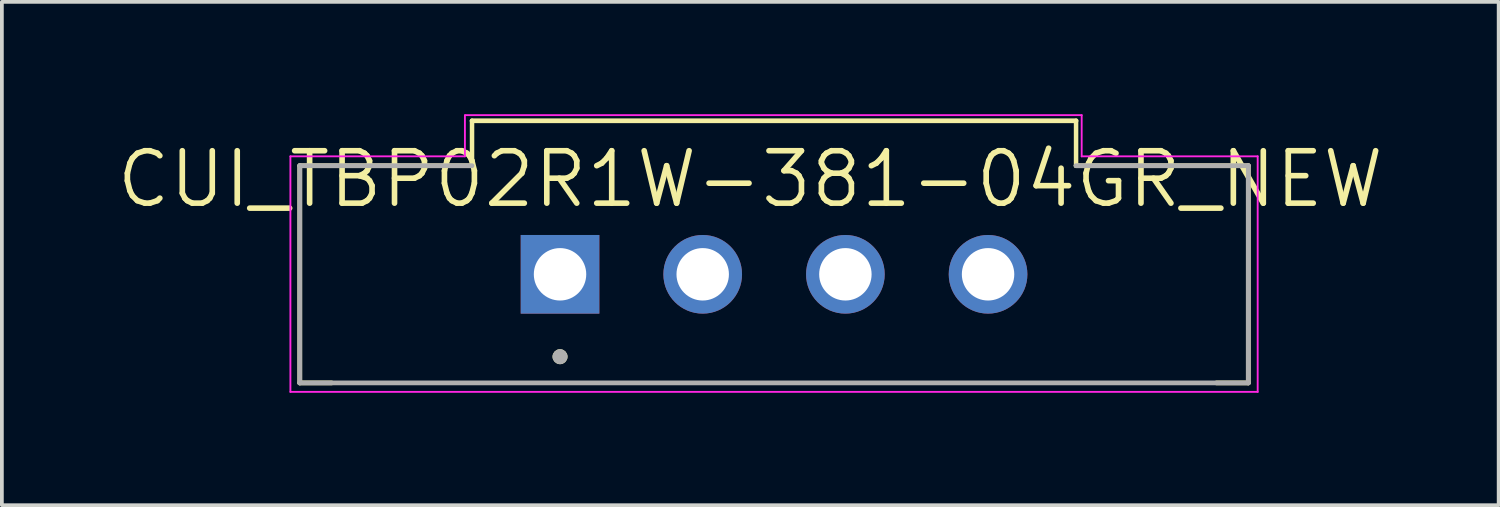
<source format=kicad_pcb>
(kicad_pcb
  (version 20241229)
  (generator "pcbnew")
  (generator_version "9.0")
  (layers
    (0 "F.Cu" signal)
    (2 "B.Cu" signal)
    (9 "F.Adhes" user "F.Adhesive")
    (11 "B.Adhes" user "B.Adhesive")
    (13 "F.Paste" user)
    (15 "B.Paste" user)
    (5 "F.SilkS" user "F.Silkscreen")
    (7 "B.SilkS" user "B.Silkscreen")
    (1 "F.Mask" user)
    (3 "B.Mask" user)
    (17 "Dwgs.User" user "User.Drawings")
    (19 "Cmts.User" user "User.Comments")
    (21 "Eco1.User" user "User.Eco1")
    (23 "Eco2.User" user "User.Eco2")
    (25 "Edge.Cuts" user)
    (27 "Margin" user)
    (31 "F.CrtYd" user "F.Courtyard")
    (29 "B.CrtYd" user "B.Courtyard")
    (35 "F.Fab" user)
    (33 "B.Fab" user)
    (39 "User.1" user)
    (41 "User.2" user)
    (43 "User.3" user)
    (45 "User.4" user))
  (footprint "CUI_TBP02R1W-381-04GR_NEW"
    (layer "F.Cu")
    (at 11.905 4.275)
    (property "Reference" "CUI_TBP02R1W-381-04GR_NEW" (at 5.08 -2.54 0) (layer "F.SilkS") (effects (font (size 1.4 1.4) (thickness 0.15))))
    (attr through_hole)
    (fp_line (start -6.95 -2.9) (end -2.35 -2.9) (stroke (width 0.127) (type solid)) (layer "F.SilkS"))
    (fp_line (start -6.95 2.9) (end -6.95 -2.9) (stroke (width 0.127) (type solid)) (layer "F.SilkS"))
    (fp_line (start -6.95 2.9) (end -6.1 2.9) (stroke (width 0.127) (type solid)) (layer "F.SilkS"))
    (fp_line (start -2.35 -4.1) (end -2.35 -2.9) (stroke (width 0.12) (type solid)) (layer "F.SilkS"))
    (fp_line (start -2.35 -4.1) (end 13.78 -4.1) (stroke (width 0.127) (type solid)) (layer "F.SilkS"))
    (fp_line (start 13.78 -4.1) (end 13.78 -2.9) (stroke (width 0.12) (type solid)) (layer "F.SilkS"))
    (fp_line (start 13.78 -2.9) (end 18.38 -2.9) (stroke (width 0.127) (type solid)) (layer "F.SilkS"))
    (fp_line (start 18.38 -2.9) (end 18.38 2.9) (stroke (width 0.127) (type solid)) (layer "F.SilkS"))
    (fp_line (start 18.38 2.9) (end 17.53 2.9) (stroke (width 0.127) (type solid)) (layer "F.SilkS"))
    (fp_circle (center 0 2.2) (end 0.1 2.2) (stroke (width 0.2) (type solid)) (fill no) (layer "F.SilkS"))
    (fp_line (start -7.2 -3.15) (end -2.54 -3.15) (stroke (width 0.05) (type solid)) (layer "F.CrtYd"))
    (fp_line (start -7.2 3.14) (end -7.2 -3.15) (stroke (width 0.05) (type solid)) (layer "F.CrtYd"))
    (fp_line (start -2.54 -4.25) (end -2.54 -3.15) (stroke (width 0.05) (type solid)) (layer "F.CrtYd"))
    (fp_line (start -2.53 -4.25) (end 13.93 -4.25) (stroke (width 0.05) (type solid)) (layer "F.CrtYd"))
    (fp_line (start 13.93 -4.25) (end 13.93 -3.15) (stroke (width 0.05) (type solid)) (layer "F.CrtYd"))
    (fp_line (start 13.93 -3.15) (end 18.63 -3.15) (stroke (width 0.05) (type solid)) (layer "F.CrtYd"))
    (fp_line (start 18.63 -3.15) (end 18.63 3.14) (stroke (width 0.05) (type solid)) (layer "F.CrtYd"))
    (fp_line (start 18.63 3.14) (end -7.2 3.14) (stroke (width 0.05) (type solid)) (layer "F.CrtYd"))
    (fp_line (start -6.95 -2.9) (end -2.35 -2.9) (stroke (width 0.127) (type solid)) (layer "F.Fab"))
    (fp_line (start -6.95 2.9) (end -6.95 -2.9) (stroke (width 0.127) (type solid)) (layer "F.Fab"))
    (fp_line (start 13.78 -2.9) (end 18.38 -2.9) (stroke (width 0.127) (type solid)) (layer "F.Fab"))
    (fp_line (start 18.38 -2.9) (end 18.38 2.9) (stroke (width 0.127) (type solid)) (layer "F.Fab"))
    (fp_line (start 18.38 2.9) (end -6.95 2.9) (stroke (width 0.127) (type solid)) (layer "F.Fab"))
    (fp_circle (center 0 2.2) (end 0.1 2.2) (stroke (width 0.2) (type solid)) (fill no) (layer "F.Fab"))
    (pad "1" thru_hole rect (at 0 0) (size 2.1 2.1) (drill 1.4) (layers "*.Cu" "*.Mask"))
    (pad "2" thru_hole circle (at 3.81 0) (size 2.1 2.1) (drill 1.4) (layers "*.Cu" "*.Mask"))
    (pad "3" thru_hole circle (at 7.62 0) (size 2.1 2.1) (drill 1.4) (layers "*.Cu" "*.Mask"))
    (pad "4" thru_hole circle (at 11.43 0) (size 2.1 2.1) (drill 1.4) (layers "*.Cu" "*.Mask")))
  (gr_rect
    (start -3 -3)
    (end 36.97 10.44)
    (stroke (width 0.1) (type default))
    (fill no)
    (layer "Edge.Cuts")))
</source>
